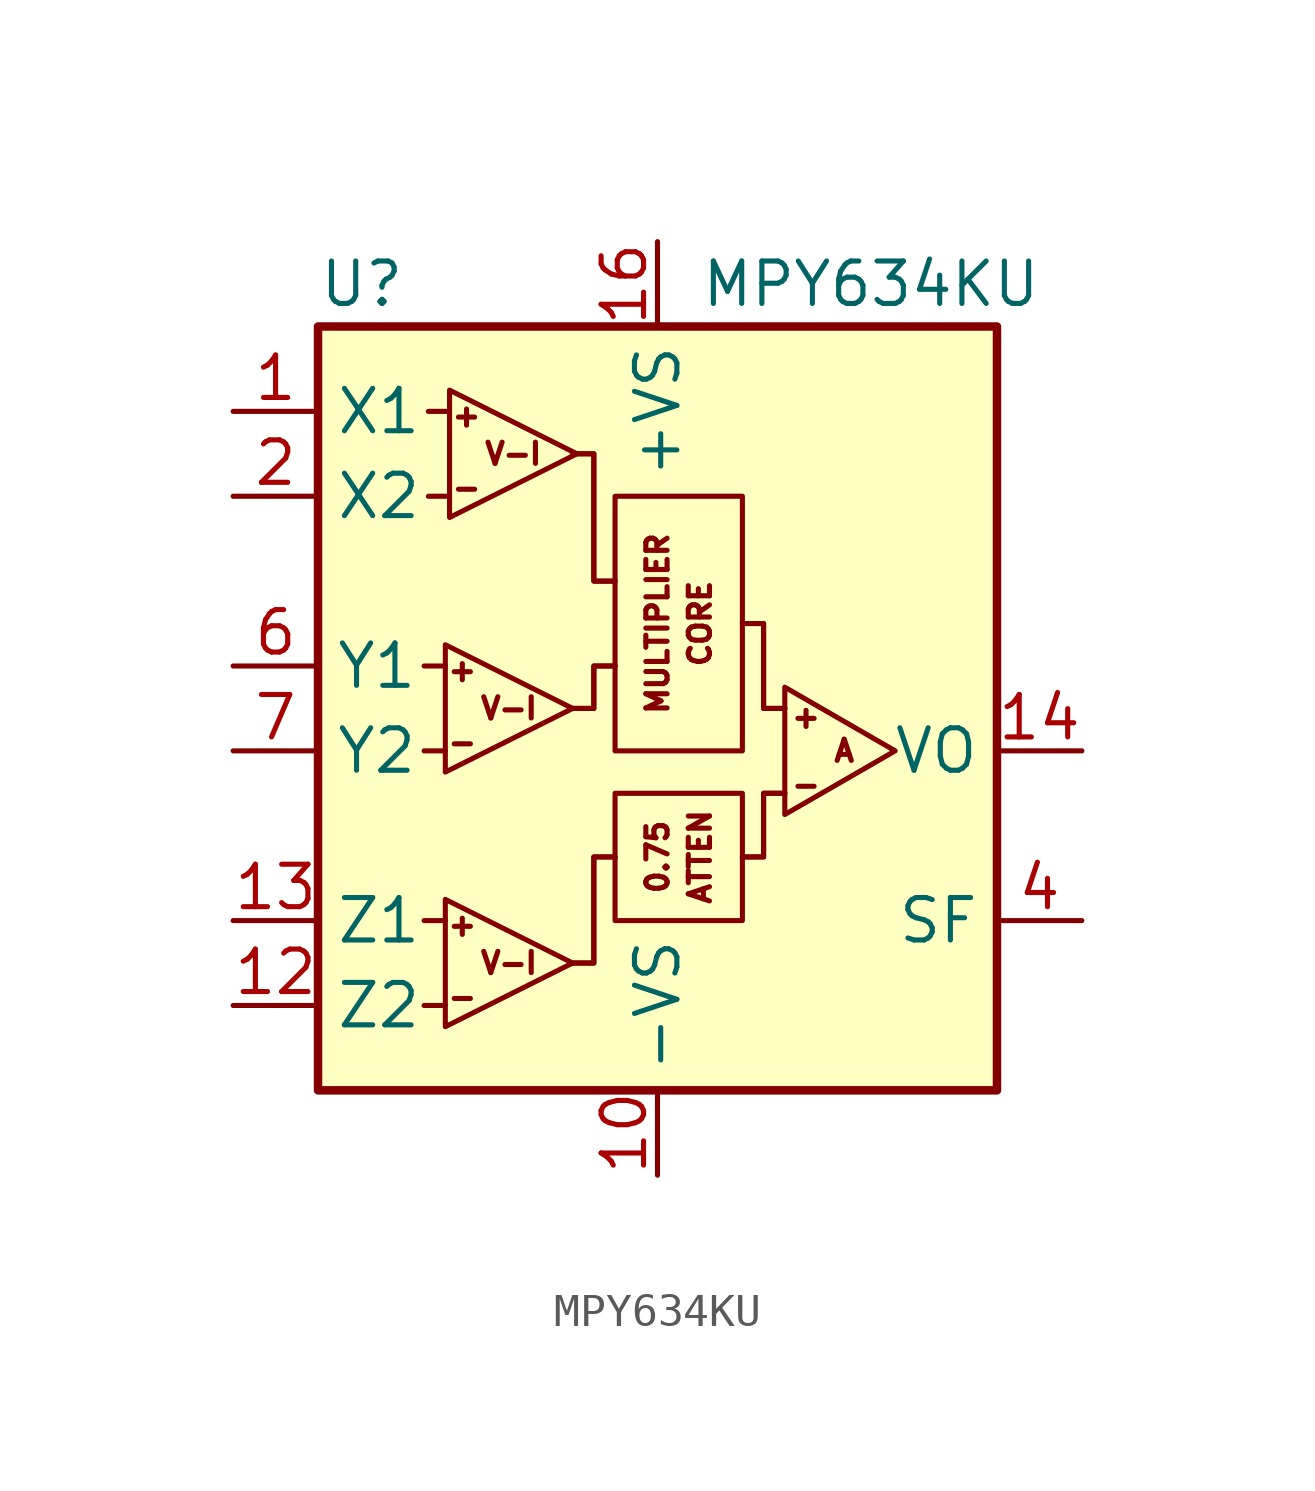
<source format=kicad_sym>
(kicad_symbol_lib
  (version 20201005)
  (generator kicad_symbol_editor)
  (symbol "MPY634KU"
    (property "Reference" "U"
      (at -10.16 13.97 0)
      (effects (font (size 1.27 1.27)) (justify left)))
    (property "Value" "MPY634KU"
      (at 1.27 13.97 0)
      (effects (font (size 1.27 1.27)) (justify left)))
    (symbol "MPY634KU_0_0"
      (text "+" (at -5.842 -5.207 0) (effects (font (size 0.635 0.635))))
      (text "+" (at -5.842 2.413 0) (effects (font (size 0.635 0.635))))
      (text "+" (at -5.715 10.033 0) (effects (font (size 0.635 0.635))))
      (text "+" (at 4.445 1.016 0) (effects (font (size 0.635 0.635))))
      (text "-" (at -5.842 -7.366 0) (effects (font (size 0.635 0.635))))
      (text "-" (at -5.842 0.254 0) (effects (font (size 0.635 0.635))))
      (text "-" (at -5.715 7.874 0) (effects (font (size 0.635 0.635))))
      (text "-" (at 4.445 -1.016 0) (effects (font (size 0.635 0.635))))
      (text "A" (at 5.588 0 0) (effects (font (size 0.635 0.635))))
      (text "V-I" (at -4.445 -6.35 0) (effects (font (size 0.635 0.635))))
      (text "V-I" (at -4.445 1.27 0) (effects (font (size 0.635 0.635))))
      (text "V-I" (at -4.318 8.89 0) (effects (font (size 0.635 0.635))))
      (polyline (pts (xy -1.27 -3.175) (xy -1.905 -3.175) (xy -1.905 -6.35) (xy -2.54 -6.35)) (stroke (width 0)) (fill (type none)))
      (polyline (pts (xy -1.27 -3.175) (xy -1.905 -3.175) (xy -1.905 -6.35) (xy -2.54 -6.35)) (stroke (width 0)) (fill (type none)))
      (polyline (pts (xy -1.27 2.54) (xy -1.905 2.54) (xy -1.905 1.27) (xy -2.54 1.27)) (stroke (width 0)) (fill (type none)))
      (polyline (pts (xy -1.27 2.54) (xy -1.905 2.54) (xy -1.905 1.27) (xy -2.54 1.27)) (stroke (width 0)) (fill (type none)))
      (polyline (pts (xy -1.27 5.08) (xy -1.905 5.08) (xy -1.905 8.89) (xy -2.54 8.89)) (stroke (width 0)) (fill (type none)))
      (polyline (pts (xy -1.27 5.08) (xy -1.905 5.08) (xy -1.905 8.89) (xy -2.54 8.89)) (stroke (width 0)) (fill (type none)))
      (polyline (pts (xy 3.81 -1.27) (xy 3.175 -1.27) (xy 3.175 -3.175) (xy 2.54 -3.175)) (stroke (width 0)) (fill (type none)))
      (polyline (pts (xy 3.81 -1.27) (xy 3.175 -1.27) (xy 3.175 -3.175) (xy 2.54 -3.175)) (stroke (width 0)) (fill (type none)))
      (polyline (pts (xy 3.81 1.27) (xy 3.175 1.27) (xy 3.175 3.81) (xy 2.54 3.81)) (stroke (width 0)) (fill (type none)))
      (polyline (pts (xy 3.81 1.27) (xy 3.175 1.27) (xy 3.175 3.81) (xy 2.54 3.81)) (stroke (width 0)) (fill (type none))))
    (symbol "MPY634KU_0_1"
      (rectangle (start -10.16 12.7) (end 10.16 -10.16) (stroke (width 0.254)) (fill (type background)))
      (rectangle (start -1.27 -1.27) (end 2.54 -5.08) (stroke (width 0)) (fill (type none)))
      (rectangle (start -1.27 7.62) (end 2.54 0) (stroke (width 0)) (fill (type none)))
      (polyline (pts (xy -6.985 -7.62) (xy -6.35 -7.62)) (stroke (width 0)) (fill (type none)))
      (polyline (pts (xy -6.985 -5.08) (xy -6.35 -5.08)) (stroke (width 0)) (fill (type none)))
      (polyline (pts (xy -6.985 0) (xy -6.35 0)) (stroke (width 0)) (fill (type none)))
      (polyline (pts (xy -6.985 2.54) (xy -6.35 2.54)) (stroke (width 0)) (fill (type none)))
      (polyline (pts (xy -6.858 7.62) (xy -6.223 7.62)) (stroke (width 0)) (fill (type none)))
      (polyline (pts (xy -6.858 10.16) (xy -6.223 10.16)) (stroke (width 0)) (fill (type none)))
      (polyline (pts (xy -6.35 -4.445) (xy -6.35 -8.255) (xy -2.54 -6.35) (xy -6.35 -4.445)) (stroke (width 0)) (fill (type none)))
      (polyline (pts (xy -6.35 3.175) (xy -6.35 -0.635) (xy -2.54 1.27) (xy -6.35 3.175)) (stroke (width 0)) (fill (type none)))
      (polyline (pts (xy -6.223 10.795) (xy -6.223 6.985) (xy -2.413 8.89) (xy -6.223 10.795)) (stroke (width 0)) (fill (type none)))
      (polyline (pts (xy 3.81 1.905) (xy 3.81 -1.905) (xy 7.112 0) (xy 3.81 1.905)) (stroke (width 0)) (fill (type none))))
    (symbol "MPY634KU_1_0"
      (text "0.75" (at 0 -3.175 900) (effects (font (size 0.635 0.635))))
      (text "ATTEN" (at 1.27 -3.175 900) (effects (font (size 0.635 0.635))))
      (text "CORE" (at 1.27 3.81 900) (effects (font (size 0.635 0.635))))
      (text "MULTIPLIER" (at 0 3.81 900) (effects (font (size 0.635 0.635)))))
    (symbol "MPY634KU_1_1"
      (pin input line (at -12.7 10.16 0) (length 2.54) (name "X1" (effects (font (size 1.27 1.27)))) (number "1" (effects (font (size 1.27 1.27)))))
      (pin power_in line (at 0 -12.7 90) (length 2.54) (name "-VS" (effects (font (size 1.27 1.27)))) (number "10" (effects (font (size 1.27 1.27)))))
      (pin no_connect line (at 10.16 -2.54 180) (length 2.54) hide (name "NC" (effects (font (size 1.27 1.27)))) (number "11" (effects (font (size 1.27 1.27)))))
      (pin input line (at -12.7 -7.62 0) (length 2.54) (name "Z2" (effects (font (size 1.27 1.27)))) (number "12" (effects (font (size 1.27 1.27)))))
      (pin input line (at -12.7 -5.08 0) (length 2.54) (name "Z1" (effects (font (size 1.27 1.27)))) (number "13" (effects (font (size 1.27 1.27)))))
      (pin output line (at 12.7 0 180) (length 2.54) (name "VO" (effects (font (size 1.27 1.27)))) (number "14" (effects (font (size 1.27 1.27)))))
      (pin no_connect line (at 10.16 -7.62 180) (length 2.54) hide (name "NC" (effects (font (size 1.27 1.27)))) (number "15" (effects (font (size 1.27 1.27)))))
      (pin power_in line (at 0 15.24 270) (length 2.54) (name "+VS" (effects (font (size 1.27 1.27)))) (number "16" (effects (font (size 1.27 1.27)))))
      (pin input line (at -12.7 7.62 0) (length 2.54) (name "X2" (effects (font (size 1.27 1.27)))) (number "2" (effects (font (size 1.27 1.27)))))
      (pin no_connect line (at 10.16 10.16 180) (length 2.54) hide (name "NC" (effects (font (size 1.27 1.27)))) (number "3" (effects (font (size 1.27 1.27)))))
      (pin passive line (at 12.7 -5.08 180) (length 2.54) (name "SF" (effects (font (size 1.27 1.27)))) (number "4" (effects (font (size 1.27 1.27)))))
      (pin no_connect line (at 10.16 7.62 180) (length 2.54) hide (name "NC" (effects (font (size 1.27 1.27)))) (number "5" (effects (font (size 1.27 1.27)))))
      (pin input line (at -12.7 2.54 0) (length 2.54) (name "Y1" (effects (font (size 1.27 1.27)))) (number "6" (effects (font (size 1.27 1.27)))))
      (pin input line (at -12.7 0 0) (length 2.54) (name "Y2" (effects (font (size 1.27 1.27)))) (number "7" (effects (font (size 1.27 1.27)))))
      (pin no_connect line (at 10.16 5.08 180) (length 2.54) hide (name "NC" (effects (font (size 1.27 1.27)))) (number "8" (effects (font (size 1.27 1.27)))))
      (pin no_connect line (at 10.16 2.54 180) (length 2.54) hide (name "NC" (effects (font (size 1.27 1.27)))) (number "9" (effects (font (size 1.27 1.27))))))))
</source>
